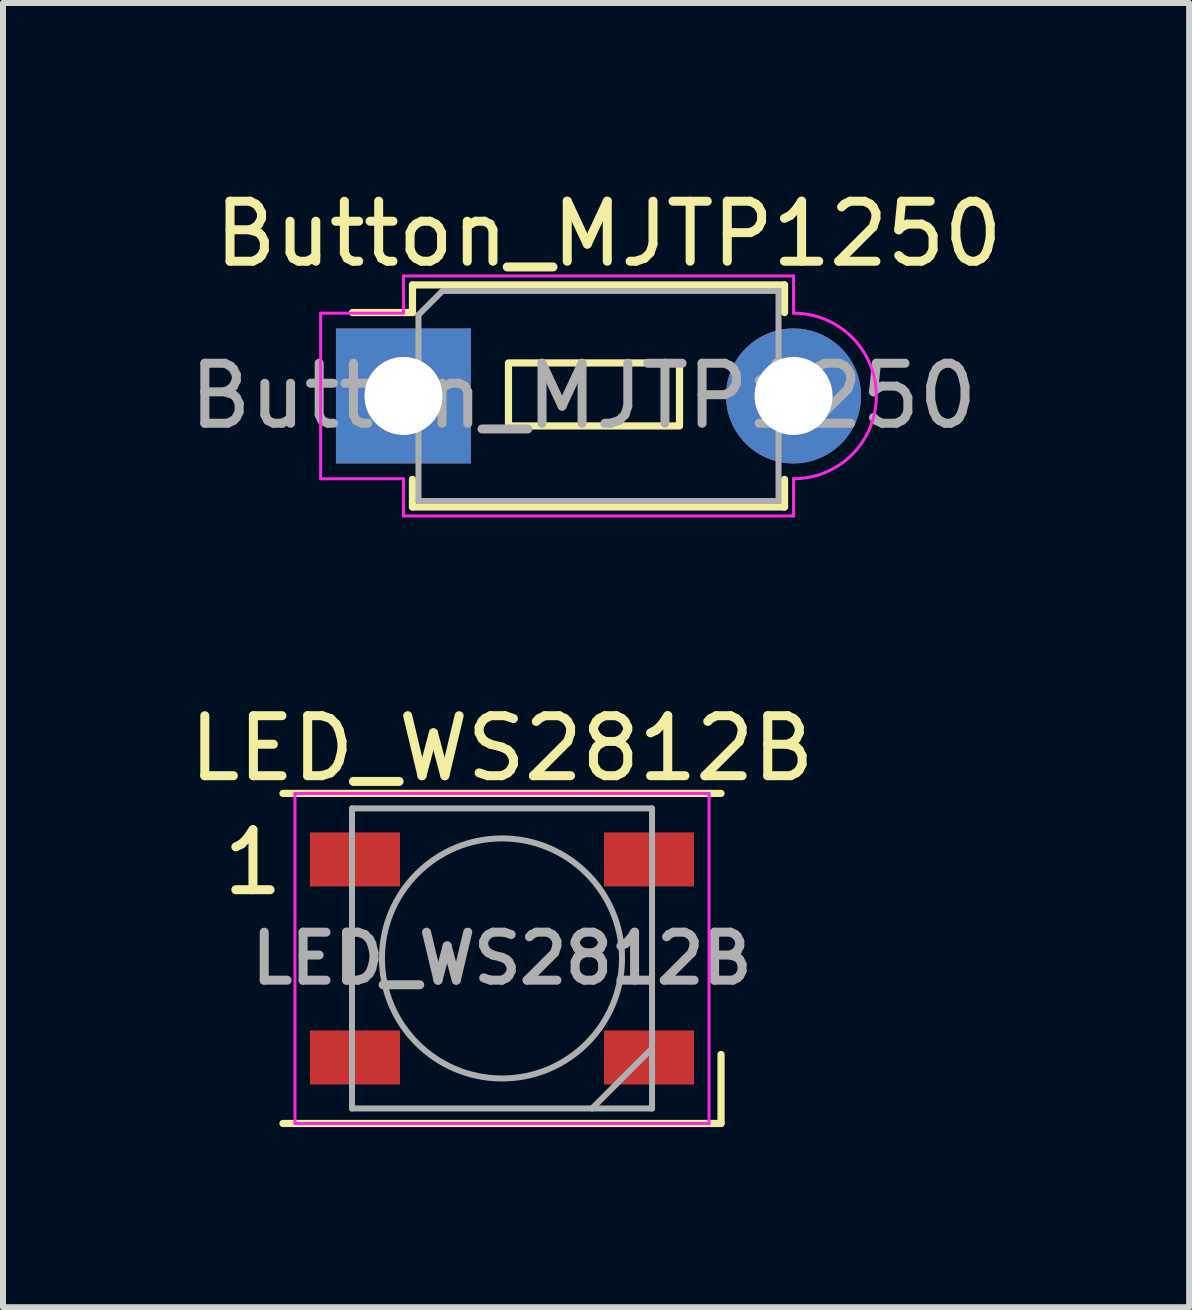
<source format=kicad_pcb>
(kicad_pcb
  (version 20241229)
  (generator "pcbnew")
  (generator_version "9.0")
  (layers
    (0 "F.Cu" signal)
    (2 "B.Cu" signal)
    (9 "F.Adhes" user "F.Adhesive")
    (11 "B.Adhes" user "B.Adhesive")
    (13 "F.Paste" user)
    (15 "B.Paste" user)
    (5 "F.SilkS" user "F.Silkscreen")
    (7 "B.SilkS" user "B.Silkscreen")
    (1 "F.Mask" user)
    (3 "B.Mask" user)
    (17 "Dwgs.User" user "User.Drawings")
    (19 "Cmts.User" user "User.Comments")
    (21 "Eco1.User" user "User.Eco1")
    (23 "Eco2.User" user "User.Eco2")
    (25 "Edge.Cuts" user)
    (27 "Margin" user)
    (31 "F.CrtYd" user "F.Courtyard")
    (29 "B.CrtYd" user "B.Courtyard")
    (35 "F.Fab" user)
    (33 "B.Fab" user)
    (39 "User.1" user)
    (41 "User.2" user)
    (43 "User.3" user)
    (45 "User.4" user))
  (footprint "LED_WS2812B"
    (layer "F.Cu")
    (at 5.315 12.921)
    (property "Reference" "LED_WS2812B" (at 0 -3.5 0) (layer "F.SilkS") (effects (font (size 1 1) (thickness 0.15))))
    (attr smd)
    (fp_line (start -3.65 -2.75) (end 3.65 -2.75) (stroke (width 0.12) (type solid)) (layer "F.SilkS"))
    (fp_line (start -3.65 2.75) (end 3.65 2.75) (stroke (width 0.12) (type solid)) (layer "F.SilkS"))
    (fp_line (start 3.65 2.75) (end 3.65 1.6) (stroke (width 0.12) (type solid)) (layer "F.SilkS"))
    (fp_line (start -3.45 -2.75) (end -3.45 2.75) (stroke (width 0.05) (type solid)) (layer "F.CrtYd"))
    (fp_line (start -3.45 2.75) (end 3.45 2.75) (stroke (width 0.05) (type solid)) (layer "F.CrtYd"))
    (fp_line (start 3.45 -2.75) (end -3.45 -2.75) (stroke (width 0.05) (type solid)) (layer "F.CrtYd"))
    (fp_line (start 3.45 2.75) (end 3.45 -2.75) (stroke (width 0.05) (type solid)) (layer "F.CrtYd"))
    (fp_line (start -2.5 -2.5) (end -2.5 2.5) (stroke (width 0.1) (type solid)) (layer "F.Fab"))
    (fp_line (start -2.5 2.5) (end 2.5 2.5) (stroke (width 0.1) (type solid)) (layer "F.Fab"))
    (fp_line (start 2.5 -2.5) (end -2.5 -2.5) (stroke (width 0.1) (type solid)) (layer "F.Fab"))
    (fp_line (start 2.5 1.5) (end 1.5 2.5) (stroke (width 0.1) (type solid)) (layer "F.Fab"))
    (fp_line (start 2.5 2.5) (end 2.5 -2.5) (stroke (width 0.1) (type solid)) (layer "F.Fab"))
    (fp_circle (center 0 0) (end 0 -2) (stroke (width 0.1) (type solid)) (fill no) (layer "F.Fab"))
    (fp_text user "1" (at -4.15 -1.6 0) (layer "F.SilkS") (effects (font (size 1 1) (thickness 0.15))))
    (fp_text user "${REFERENCE}" (at 0 0 0) (layer "F.Fab") (effects (font (size 0.8 0.8) (thickness 0.15))))
    (pad "1" smd rect (at -2.45 -1.65) (size 1.5 0.9) (layers "F.Cu" "F.Mask" "F.Paste"))
    (pad "2" smd rect (at -2.45 1.65) (size 1.5 0.9) (layers "F.Cu" "F.Mask" "F.Paste"))
    (pad "3" smd rect (at 2.45 1.65) (size 1.5 0.9) (layers "F.Cu" "F.Mask" "F.Paste"))
    (pad "4" smd rect (at 2.45 -1.65) (size 1.5 0.9) (layers "F.Cu" "F.Mask" "F.Paste")))
  (footprint "Button_MJTP1250"
    (layer "F.Cu")
    (at 3.673 3.548)
    (property "Reference" "Button_MJTP1250" (at 3.42 -2.7 0) (layer "F.SilkS") (effects (font (size 1 1) (thickness 0.15))))
    (attr through_hole)
    (fp_line (start 0.15 -1.85) (end 0.15 -1.39) (stroke (width 0.12) (type default)) (layer "F.SilkS"))
    (fp_line (start 0.15 -1.39) (end -0.85 -1.39) (stroke (width 0.12) (type default)) (layer "F.SilkS"))
    (fp_line (start 0.15 1.39) (end 0.15 1.85) (stroke (width 0.12) (type solid)) (layer "F.SilkS"))
    (fp_line (start 0.15 1.85) (end 6.35 1.85) (stroke (width 0.12) (type solid)) (layer "F.SilkS"))
    (fp_line (start 6.35 -1.85) (end 0.15 -1.85) (stroke (width 0.12) (type solid)) (layer "F.SilkS"))
    (fp_line (start 6.35 -1.85) (end 6.35 -1.39) (stroke (width 0.12) (type solid)) (layer "F.SilkS"))
    (fp_line (start 6.35 1.39) (end 6.35 1.85) (stroke (width 0.12) (type solid)) (layer "F.SilkS"))
    (fp_rect (start 1.75 -0.55) (end 4.6 0.5) (stroke (width 0.12) (type default)) (fill no) (layer "F.SilkS"))
    (fp_line (start -1.38 -1.38) (end 0 -1.38) (stroke (width 0.05) (type default)) (layer "F.CrtYd"))
    (fp_line (start -1.38 1.38) (end -1.38 -1.38) (stroke (width 0.05) (type solid)) (layer "F.CrtYd"))
    (fp_line (start -1.38 1.38) (end 0 1.38) (stroke (width 0.05) (type default)) (layer "F.CrtYd"))
    (fp_line (start 0 -2) (end 0 -1.38) (stroke (width 0.05) (type default)) (layer "F.CrtYd"))
    (fp_line (start 0 -2) (end 6.5 -2) (stroke (width 0.05) (type solid)) (layer "F.CrtYd"))
    (fp_line (start 0 1.38) (end 0 2) (stroke (width 0.05) (type default)) (layer "F.CrtYd"))
    (fp_line (start 6.5 -2) (end 6.5 -1.38) (stroke (width 0.05) (type default)) (layer "F.CrtYd"))
    (fp_line (start 6.5 1.38) (end 6.5 2) (stroke (width 0.05) (type default)) (layer "F.CrtYd"))
    (fp_line (start 6.5 2) (end 0 2) (stroke (width 0.05) (type solid)) (layer "F.CrtYd"))
    (fp_arc (start 6.5 -1.38) (mid 7.88 0) (end 6.5 1.38) (stroke (width 0.05) (type default)) (layer "F.CrtYd"))
    (fp_line (start 0.25 1.75) (end 0.25 -1.35) (stroke (width 0.1) (type solid)) (layer "F.Fab"))
    (fp_line (start 0.65 -1.75) (end 0.25 -1.35) (stroke (width 0.1) (type default)) (layer "F.Fab"))
    (fp_line (start 0.65 -1.75) (end 6.25 -1.75) (stroke (width 0.1) (type solid)) (layer "F.Fab"))
    (fp_line (start 6.25 -1.75) (end 6.25 1.75) (stroke (width 0.1) (type solid)) (layer "F.Fab"))
    (fp_line (start 6.25 1.75) (end 0.25 1.75) (stroke (width 0.1) (type solid)) (layer "F.Fab"))
    (fp_text user "${REFERENCE}" (at 3 0 0) (layer "F.Fab") (effects (font (size 1 1) (thickness 0.15))))
    (pad "1" thru_hole rect (at 0 0 90) (size 2.25 2.25) (drill 1.3) (layers "*.Cu" "*.Mask"))
    (pad "2" thru_hole circle (at 6.5 0 90) (size 2.25 2.25) (drill 1.3) (layers "*.Cu" "*.Mask")))
  (gr_rect
    (start -3 -3)
    (end 16.765 18.732)
    (stroke (width 0.1) (type default))
    (fill no)
    (layer "Edge.Cuts")))
</source>
